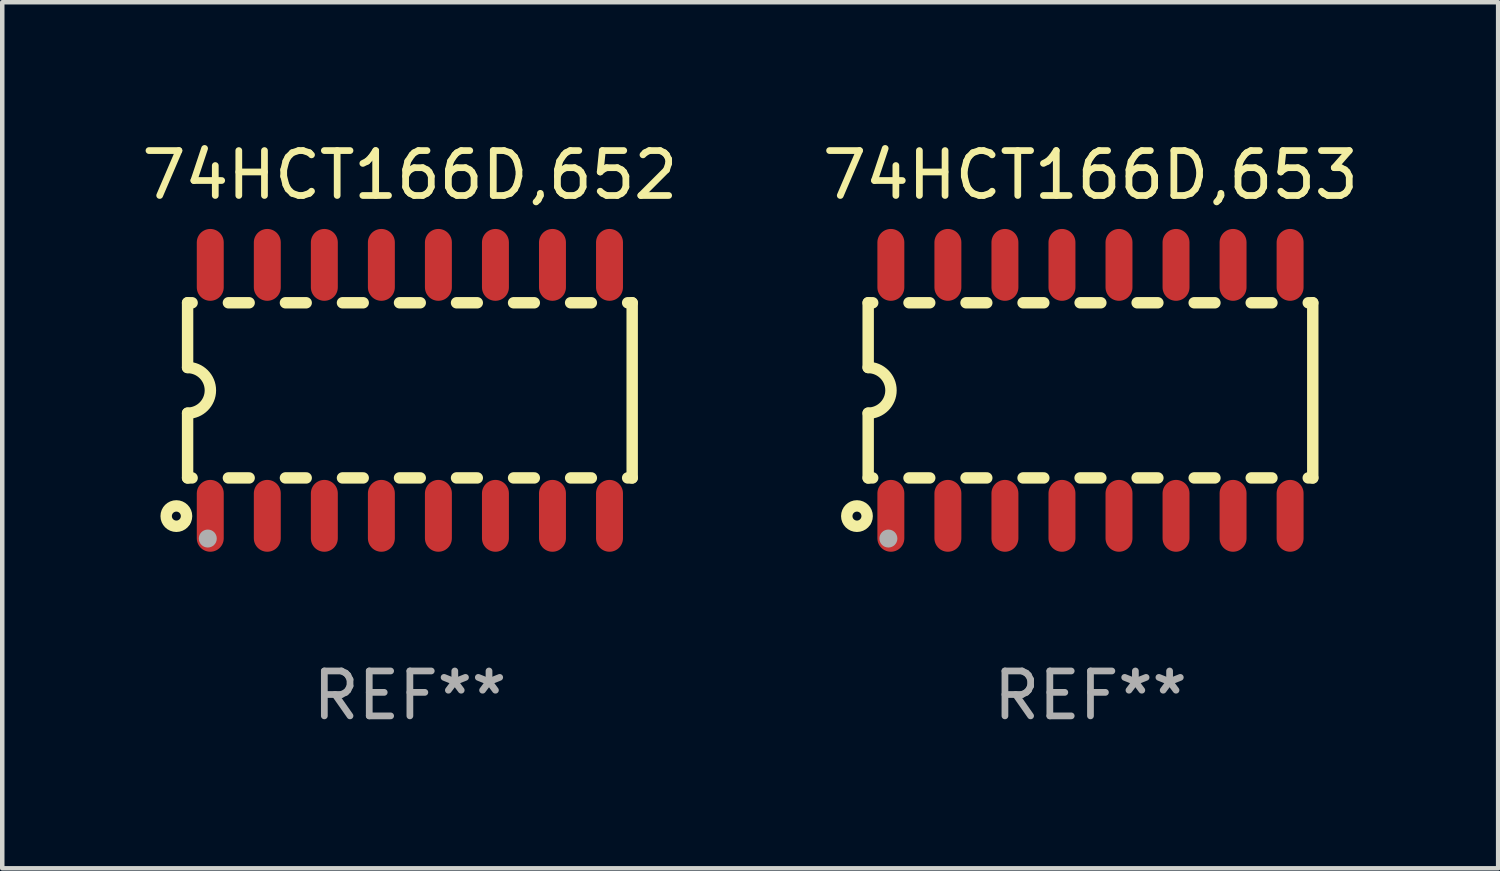
<source format=kicad_pcb>
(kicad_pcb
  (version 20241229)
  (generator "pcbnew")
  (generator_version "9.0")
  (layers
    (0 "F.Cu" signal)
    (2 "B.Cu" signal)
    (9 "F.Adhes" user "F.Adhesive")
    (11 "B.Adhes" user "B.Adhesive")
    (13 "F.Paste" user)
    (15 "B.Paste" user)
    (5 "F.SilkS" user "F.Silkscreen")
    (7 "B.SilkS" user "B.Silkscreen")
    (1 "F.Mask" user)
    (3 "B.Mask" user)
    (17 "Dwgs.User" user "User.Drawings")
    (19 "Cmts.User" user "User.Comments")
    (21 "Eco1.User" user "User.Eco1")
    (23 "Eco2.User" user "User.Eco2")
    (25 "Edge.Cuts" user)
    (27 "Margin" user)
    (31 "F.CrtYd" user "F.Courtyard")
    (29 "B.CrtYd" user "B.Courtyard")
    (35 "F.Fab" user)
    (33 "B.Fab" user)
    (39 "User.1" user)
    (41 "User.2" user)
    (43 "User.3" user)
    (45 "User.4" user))
  (footprint "74HCT166D,652"
    (layer "F.Cu")
    (at 6.077 5.642)
    (property "Reference" "74HCT166D,652" (at 0 -4.794 0) (layer "F.SilkS") (effects (font (size 1 1) (thickness 0.15))))
    (attr through_hole)
    (fp_line (start -4.95 -1.95) (end -4.95 -0.508) (stroke (width 0.254) (type solid)) (layer "F.SilkS"))
    (fp_line (start -4.95 -1.95) (end -4.849 -1.95) (stroke (width 0.254) (type solid)) (layer "F.SilkS"))
    (fp_line (start -4.95 1.95) (end -4.95 0.508) (stroke (width 0.254) (type solid)) (layer "F.SilkS"))
    (fp_line (start -4.95 1.95) (end -4.849 1.95) (stroke (width 0.254) (type solid)) (layer "F.SilkS"))
    (fp_line (start -4.041 -1.95) (end -3.579 -1.95) (stroke (width 0.254) (type solid)) (layer "F.SilkS"))
    (fp_line (start -4.041 1.95) (end -3.579 1.95) (stroke (width 0.254) (type solid)) (layer "F.SilkS"))
    (fp_line (start -2.771 -1.95) (end -2.309 -1.95) (stroke (width 0.254) (type solid)) (layer "F.SilkS"))
    (fp_line (start -2.771 1.95) (end -2.309 1.95) (stroke (width 0.254) (type solid)) (layer "F.SilkS"))
    (fp_line (start -1.501 -1.95) (end -1.039 -1.95) (stroke (width 0.254) (type solid)) (layer "F.SilkS"))
    (fp_line (start -1.501 1.95) (end -1.039 1.95) (stroke (width 0.254) (type solid)) (layer "F.SilkS"))
    (fp_line (start -0.231 -1.95) (end 0.231 -1.95) (stroke (width 0.254) (type solid)) (layer "F.SilkS"))
    (fp_line (start -0.231 1.95) (end 0.231 1.95) (stroke (width 0.254) (type solid)) (layer "F.SilkS"))
    (fp_line (start 1.039 -1.95) (end 1.501 -1.95) (stroke (width 0.254) (type solid)) (layer "F.SilkS"))
    (fp_line (start 1.039 1.95) (end 1.501 1.95) (stroke (width 0.254) (type solid)) (layer "F.SilkS"))
    (fp_line (start 2.309 -1.95) (end 2.771 -1.95) (stroke (width 0.254) (type solid)) (layer "F.SilkS"))
    (fp_line (start 2.309 1.95) (end 2.771 1.95) (stroke (width 0.254) (type solid)) (layer "F.SilkS"))
    (fp_line (start 3.579 -1.95) (end 4.041 -1.95) (stroke (width 0.254) (type solid)) (layer "F.SilkS"))
    (fp_line (start 3.579 1.95) (end 4.041 1.95) (stroke (width 0.254) (type solid)) (layer "F.SilkS"))
    (fp_line (start 4.849 -1.95) (end 4.95 -1.95) (stroke (width 0.254) (type solid)) (layer "F.SilkS"))
    (fp_line (start 4.849 1.95) (end 4.95 1.95) (stroke (width 0.254) (type solid)) (layer "F.SilkS"))
    (fp_line (start 4.95 -1.95) (end 4.95 1.95) (stroke (width 0.254) (type solid)) (layer "F.SilkS"))
    (fp_arc (start -4.95047 -0.508001) (mid -4.442469 -0.000228) (end -4.950013 0.508001) (stroke (width 0.254001) (type solid)) (layer "F.SilkS"))
    (fp_circle (center -5.2 2.8) (end -5.1 2.8) (stroke (width 0.254) (type solid)) (fill no) (layer "F.SilkS"))
    (fp_circle (center -4.95 2.947) (end -4.92 2.947) (stroke (width 0.06) (type solid)) (fill no) (layer "F.SilkS"))
    (fp_circle (center -4.5 3.3) (end -4.4 3.3) (stroke (width 0.2) (type solid)) (fill no) (layer "F.Fab"))
    (fp_text user "REF**" (at 0 6.794 0) (layer "F.Fab") (effects (font (size 1 1) (thickness 0.15))))
    (pad "1" smd oval (at -4.445 2.794) (size 0.6 1.6) (layers "F.Cu" "F.Mask" "F.Paste"))
    (pad "2" smd oval (at -3.175 2.794) (size 0.6 1.6) (layers "F.Cu" "F.Mask" "F.Paste"))
    (pad "3" smd oval (at -1.905 2.794) (size 0.6 1.6) (layers "F.Cu" "F.Mask" "F.Paste"))
    (pad "4" smd oval (at -0.635 2.794) (size 0.6 1.6) (layers "F.Cu" "F.Mask" "F.Paste"))
    (pad "5" smd oval (at 0.635 2.794) (size 0.6 1.6) (layers "F.Cu" "F.Mask" "F.Paste"))
    (pad "6" smd oval (at 1.905 2.794) (size 0.6 1.6) (layers "F.Cu" "F.Mask" "F.Paste"))
    (pad "7" smd oval (at 3.175 2.794) (size 0.6 1.6) (layers "F.Cu" "F.Mask" "F.Paste"))
    (pad "8" smd oval (at 4.445 2.794) (size 0.6 1.6) (layers "F.Cu" "F.Mask" "F.Paste"))
    (pad "9" smd oval (at 4.445 -2.794) (size 0.6 1.6) (layers "F.Cu" "F.Mask" "F.Paste"))
    (pad "10" smd oval (at 3.175 -2.794) (size 0.6 1.6) (layers "F.Cu" "F.Mask" "F.Paste"))
    (pad "11" smd oval (at 1.905 -2.794) (size 0.6 1.6) (layers "F.Cu" "F.Mask" "F.Paste"))
    (pad "12" smd oval (at 0.635 -2.794) (size 0.6 1.6) (layers "F.Cu" "F.Mask" "F.Paste"))
    (pad "13" smd oval (at -0.635 -2.794) (size 0.6 1.6) (layers "F.Cu" "F.Mask" "F.Paste"))
    (pad "14" smd oval (at -1.905 -2.794) (size 0.6 1.6) (layers "F.Cu" "F.Mask" "F.Paste"))
    (pad "15" smd oval (at -3.175 -2.794) (size 0.6 1.6) (layers "F.Cu" "F.Mask" "F.Paste"))
    (pad "16" smd oval (at -4.445 -2.794) (size 0.6 1.6) (layers "F.Cu" "F.Mask" "F.Paste")))
  (footprint "74HCT166D,653"
    (layer "F.Cu")
    (at 21.232 5.642)
    (property "Reference" "74HCT166D,653" (at 0 -4.794 0) (layer "F.SilkS") (effects (font (size 1 1) (thickness 0.15))))
    (attr through_hole)
    (fp_line (start -4.95 -1.95) (end -4.95 -0.508) (stroke (width 0.254) (type solid)) (layer "F.SilkS"))
    (fp_line (start -4.95 -1.95) (end -4.849 -1.95) (stroke (width 0.254) (type solid)) (layer "F.SilkS"))
    (fp_line (start -4.95 1.95) (end -4.95 0.508) (stroke (width 0.254) (type solid)) (layer "F.SilkS"))
    (fp_line (start -4.95 1.95) (end -4.849 1.95) (stroke (width 0.254) (type solid)) (layer "F.SilkS"))
    (fp_line (start -4.041 -1.95) (end -3.579 -1.95) (stroke (width 0.254) (type solid)) (layer "F.SilkS"))
    (fp_line (start -4.041 1.95) (end -3.579 1.95) (stroke (width 0.254) (type solid)) (layer "F.SilkS"))
    (fp_line (start -2.771 -1.95) (end -2.309 -1.95) (stroke (width 0.254) (type solid)) (layer "F.SilkS"))
    (fp_line (start -2.771 1.95) (end -2.309 1.95) (stroke (width 0.254) (type solid)) (layer "F.SilkS"))
    (fp_line (start -1.501 -1.95) (end -1.039 -1.95) (stroke (width 0.254) (type solid)) (layer "F.SilkS"))
    (fp_line (start -1.501 1.95) (end -1.039 1.95) (stroke (width 0.254) (type solid)) (layer "F.SilkS"))
    (fp_line (start -0.231 -1.95) (end 0.231 -1.95) (stroke (width 0.254) (type solid)) (layer "F.SilkS"))
    (fp_line (start -0.231 1.95) (end 0.231 1.95) (stroke (width 0.254) (type solid)) (layer "F.SilkS"))
    (fp_line (start 1.039 -1.95) (end 1.501 -1.95) (stroke (width 0.254) (type solid)) (layer "F.SilkS"))
    (fp_line (start 1.039 1.95) (end 1.501 1.95) (stroke (width 0.254) (type solid)) (layer "F.SilkS"))
    (fp_line (start 2.309 -1.95) (end 2.771 -1.95) (stroke (width 0.254) (type solid)) (layer "F.SilkS"))
    (fp_line (start 2.309 1.95) (end 2.771 1.95) (stroke (width 0.254) (type solid)) (layer "F.SilkS"))
    (fp_line (start 3.579 -1.95) (end 4.041 -1.95) (stroke (width 0.254) (type solid)) (layer "F.SilkS"))
    (fp_line (start 3.579 1.95) (end 4.041 1.95) (stroke (width 0.254) (type solid)) (layer "F.SilkS"))
    (fp_line (start 4.849 -1.95) (end 4.95 -1.95) (stroke (width 0.254) (type solid)) (layer "F.SilkS"))
    (fp_line (start 4.849 1.95) (end 4.95 1.95) (stroke (width 0.254) (type solid)) (layer "F.SilkS"))
    (fp_line (start 4.95 -1.95) (end 4.95 1.95) (stroke (width 0.254) (type solid)) (layer "F.SilkS"))
    (fp_arc (start -4.95047 -0.508001) (mid -4.442469 -0.000228) (end -4.950013 0.508001) (stroke (width 0.254001) (type solid)) (layer "F.SilkS"))
    (fp_circle (center -5.2 2.8) (end -5.1 2.8) (stroke (width 0.254) (type solid)) (fill no) (layer "F.SilkS"))
    (fp_circle (center -4.95 2.947) (end -4.92 2.947) (stroke (width 0.06) (type solid)) (fill no) (layer "F.SilkS"))
    (fp_circle (center -4.5 3.3) (end -4.4 3.3) (stroke (width 0.2) (type solid)) (fill no) (layer "F.Fab"))
    (fp_text user "REF**" (at 0 6.794 0) (layer "F.Fab") (effects (font (size 1 1) (thickness 0.15))))
    (pad "1" smd oval (at -4.445 2.794) (size 0.6 1.6) (layers "F.Cu" "F.Mask" "F.Paste"))
    (pad "2" smd oval (at -3.175 2.794) (size 0.6 1.6) (layers "F.Cu" "F.Mask" "F.Paste"))
    (pad "3" smd oval (at -1.905 2.794) (size 0.6 1.6) (layers "F.Cu" "F.Mask" "F.Paste"))
    (pad "4" smd oval (at -0.635 2.794) (size 0.6 1.6) (layers "F.Cu" "F.Mask" "F.Paste"))
    (pad "5" smd oval (at 0.635 2.794) (size 0.6 1.6) (layers "F.Cu" "F.Mask" "F.Paste"))
    (pad "6" smd oval (at 1.905 2.794) (size 0.6 1.6) (layers "F.Cu" "F.Mask" "F.Paste"))
    (pad "7" smd oval (at 3.175 2.794) (size 0.6 1.6) (layers "F.Cu" "F.Mask" "F.Paste"))
    (pad "8" smd oval (at 4.445 2.794) (size 0.6 1.6) (layers "F.Cu" "F.Mask" "F.Paste"))
    (pad "9" smd oval (at 4.445 -2.794) (size 0.6 1.6) (layers "F.Cu" "F.Mask" "F.Paste"))
    (pad "10" smd oval (at 3.175 -2.794) (size 0.6 1.6) (layers "F.Cu" "F.Mask" "F.Paste"))
    (pad "11" smd oval (at 1.905 -2.794) (size 0.6 1.6) (layers "F.Cu" "F.Mask" "F.Paste"))
    (pad "12" smd oval (at 0.635 -2.794) (size 0.6 1.6) (layers "F.Cu" "F.Mask" "F.Paste"))
    (pad "13" smd oval (at -0.635 -2.794) (size 0.6 1.6) (layers "F.Cu" "F.Mask" "F.Paste"))
    (pad "14" smd oval (at -1.905 -2.794) (size 0.6 1.6) (layers "F.Cu" "F.Mask" "F.Paste"))
    (pad "15" smd oval (at -3.175 -2.794) (size 0.6 1.6) (layers "F.Cu" "F.Mask" "F.Paste"))
    (pad "16" smd oval (at -4.445 -2.794) (size 0.6 1.6) (layers "F.Cu" "F.Mask" "F.Paste")))
  (gr_rect
    (start -3 -3)
    (end 30.31 16.285)
    (stroke (width 0.1) (type default))
    (fill no)
    (layer "Edge.Cuts")))
</source>
